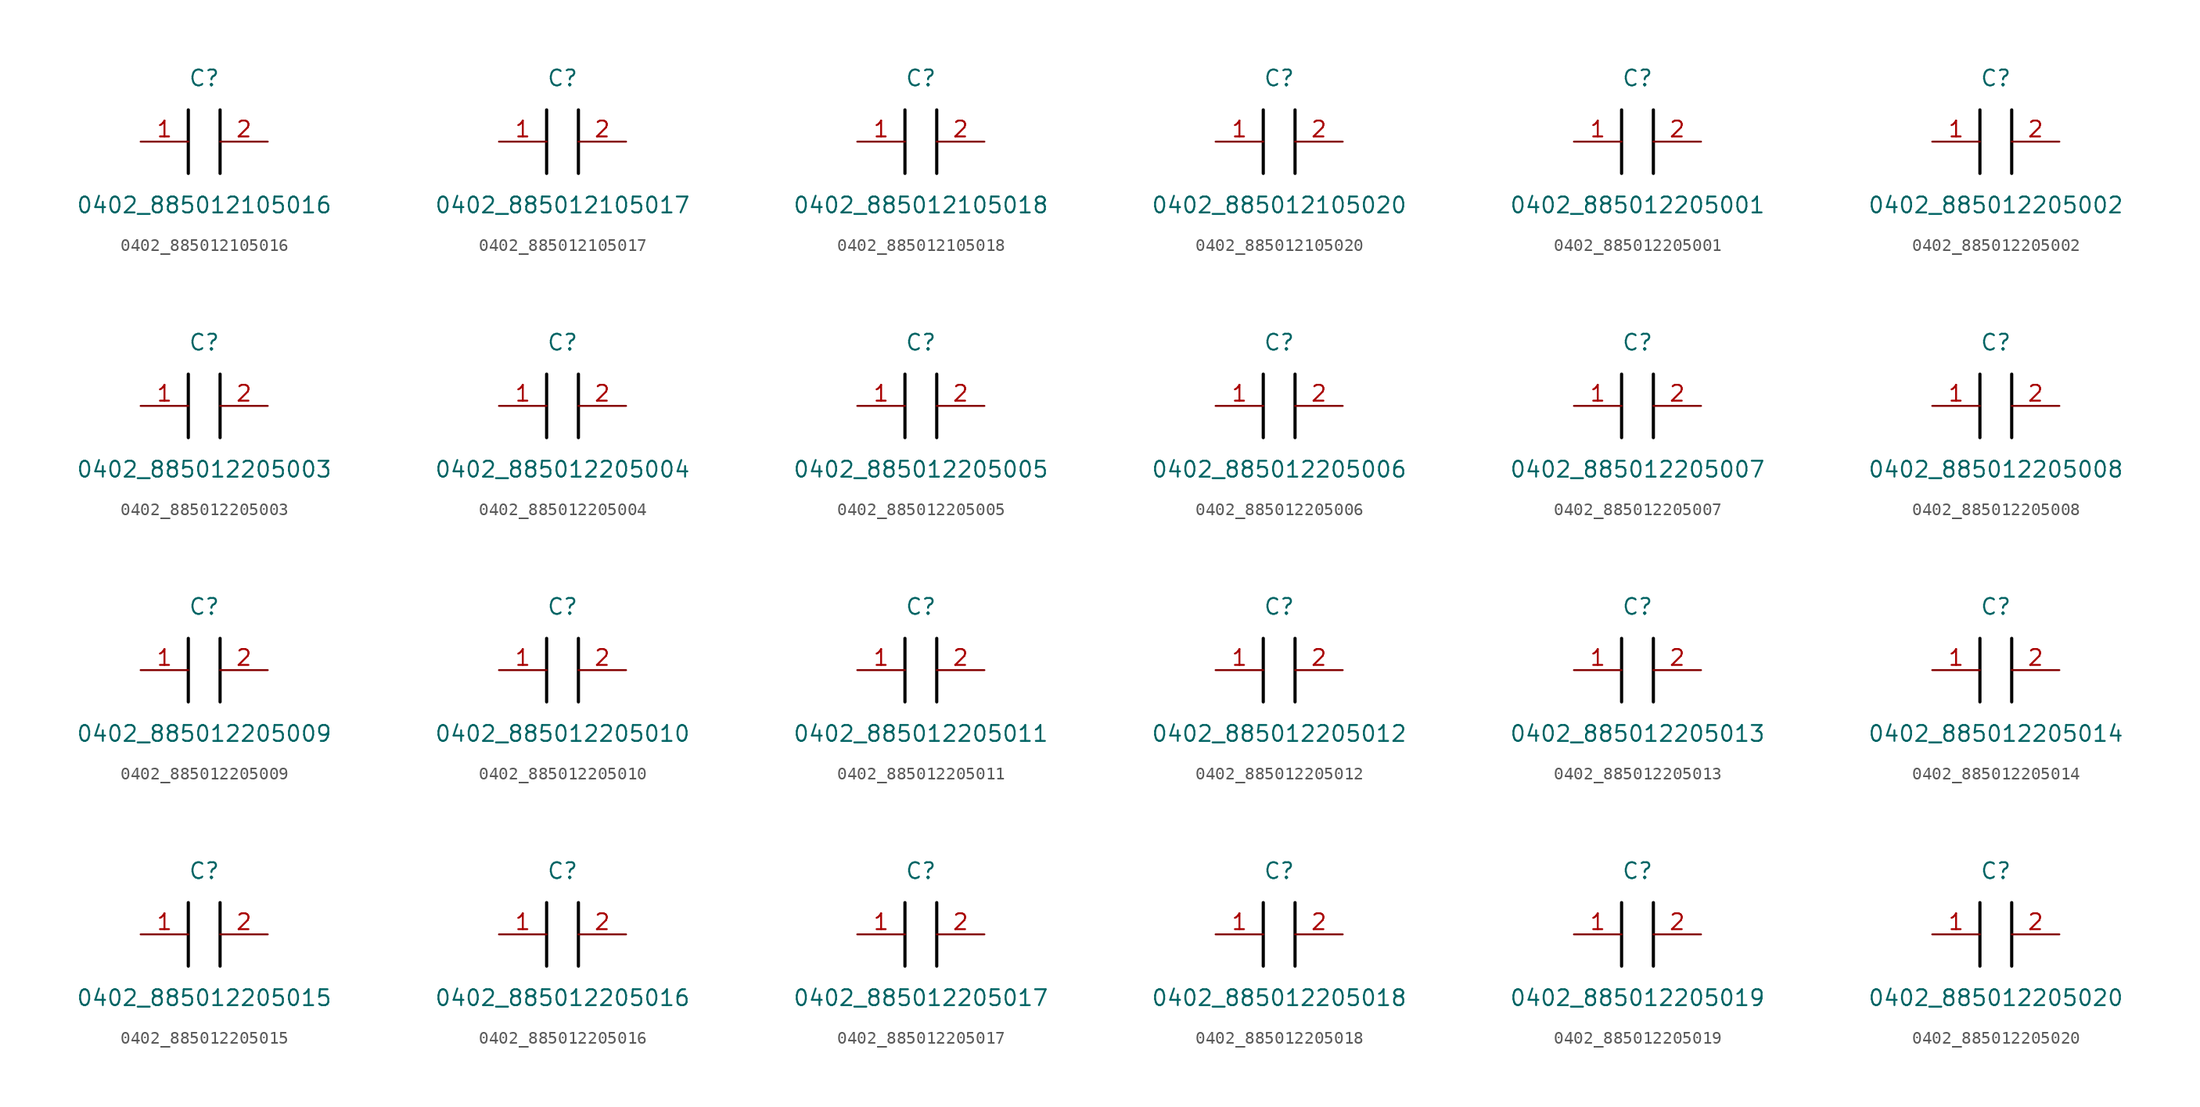
<source format=kicad_sym>
(kicad_symbol_lib
  (version 20220914)
  (generator kicad_symbol_editor)
  (symbol "0402_885012105016"
    (pin_names hide)
    (property "Reference" "C"
      (at 0 5.08 0)
      (effects (font (size 1.27 1.27))))
    (property "Value" "0402_885012105016"
      (at 0 -5.08 0)
      (effects (font (size 1.27 1.27))))
    (symbol "0402_885012105016_1_1"
      (polyline (pts (xy -1.27 2.54) (xy -1.27 -2.54)) (stroke (width 0.254) (type default) (color 0 0 0 1)) (fill (type none)))
      (polyline (pts (xy 1.27 2.54) (xy 1.27 -2.54)) (stroke (width 0.254) (type default) (color 0 0 0 1)) (fill (type none)))
      (pin passive line (at -5.08 0 0) (length 3.81) (name "1" (effects (font (size 1.27 1.27)))) (number "1" (effects (font (size 1.27 1.27)))))
      (pin passive line (at 5.08 0 180) (length 3.81) (name "2" (effects (font (size 1.27 1.27)))) (number "2" (effects (font (size 1.27 1.27)))))))
  (symbol "0402_885012105017"
    (pin_names hide)
    (property "Reference" "C"
      (at 0 5.08 0)
      (effects (font (size 1.27 1.27))))
    (property "Value" "0402_885012105017"
      (at 0 -5.08 0)
      (effects (font (size 1.27 1.27))))
    (symbol "0402_885012105017_1_1"
      (polyline (pts (xy -1.27 2.54) (xy -1.27 -2.54)) (stroke (width 0.254) (type default) (color 0 0 0 1)) (fill (type none)))
      (polyline (pts (xy 1.27 2.54) (xy 1.27 -2.54)) (stroke (width 0.254) (type default) (color 0 0 0 1)) (fill (type none)))
      (pin passive line (at -5.08 0 0) (length 3.81) (name "1" (effects (font (size 1.27 1.27)))) (number "1" (effects (font (size 1.27 1.27)))))
      (pin passive line (at 5.08 0 180) (length 3.81) (name "2" (effects (font (size 1.27 1.27)))) (number "2" (effects (font (size 1.27 1.27)))))))
  (symbol "0402_885012105018"
    (pin_names hide)
    (property "Reference" "C"
      (at 0 5.08 0)
      (effects (font (size 1.27 1.27))))
    (property "Value" "0402_885012105018"
      (at 0 -5.08 0)
      (effects (font (size 1.27 1.27))))
    (symbol "0402_885012105018_1_1"
      (polyline (pts (xy -1.27 2.54) (xy -1.27 -2.54)) (stroke (width 0.254) (type default) (color 0 0 0 1)) (fill (type none)))
      (polyline (pts (xy 1.27 2.54) (xy 1.27 -2.54)) (stroke (width 0.254) (type default) (color 0 0 0 1)) (fill (type none)))
      (pin passive line (at -5.08 0 0) (length 3.81) (name "1" (effects (font (size 1.27 1.27)))) (number "1" (effects (font (size 1.27 1.27)))))
      (pin passive line (at 5.08 0 180) (length 3.81) (name "2" (effects (font (size 1.27 1.27)))) (number "2" (effects (font (size 1.27 1.27)))))))
  (symbol "0402_885012105020"
    (pin_names hide)
    (property "Reference" "C"
      (at 0 5.08 0)
      (effects (font (size 1.27 1.27))))
    (property "Value" "0402_885012105020"
      (at 0 -5.08 0)
      (effects (font (size 1.27 1.27))))
    (symbol "0402_885012105020_1_1"
      (polyline (pts (xy -1.27 2.54) (xy -1.27 -2.54)) (stroke (width 0.254) (type default) (color 0 0 0 1)) (fill (type none)))
      (polyline (pts (xy 1.27 2.54) (xy 1.27 -2.54)) (stroke (width 0.254) (type default) (color 0 0 0 1)) (fill (type none)))
      (pin passive line (at -5.08 0 0) (length 3.81) (name "1" (effects (font (size 1.27 1.27)))) (number "1" (effects (font (size 1.27 1.27)))))
      (pin passive line (at 5.08 0 180) (length 3.81) (name "2" (effects (font (size 1.27 1.27)))) (number "2" (effects (font (size 1.27 1.27)))))))
  (symbol "0402_885012205001"
    (pin_names hide)
    (property "Reference" "C"
      (at 0 5.08 0)
      (effects (font (size 1.27 1.27))))
    (property "Value" "0402_885012205001"
      (at 0 -5.08 0)
      (effects (font (size 1.27 1.27))))
    (symbol "0402_885012205001_1_1"
      (polyline (pts (xy -1.27 2.54) (xy -1.27 -2.54)) (stroke (width 0.254) (type default) (color 0 0 0 1)) (fill (type none)))
      (polyline (pts (xy 1.27 2.54) (xy 1.27 -2.54)) (stroke (width 0.254) (type default) (color 0 0 0 1)) (fill (type none)))
      (pin passive line (at -5.08 0 0) (length 3.81) (name "1" (effects (font (size 1.27 1.27)))) (number "1" (effects (font (size 1.27 1.27)))))
      (pin passive line (at 5.08 0 180) (length 3.81) (name "2" (effects (font (size 1.27 1.27)))) (number "2" (effects (font (size 1.27 1.27)))))))
  (symbol "0402_885012205002"
    (pin_names hide)
    (property "Reference" "C"
      (at 0 5.08 0)
      (effects (font (size 1.27 1.27))))
    (property "Value" "0402_885012205002"
      (at 0 -5.08 0)
      (effects (font (size 1.27 1.27))))
    (symbol "0402_885012205002_1_1"
      (polyline (pts (xy -1.27 2.54) (xy -1.27 -2.54)) (stroke (width 0.254) (type default) (color 0 0 0 1)) (fill (type none)))
      (polyline (pts (xy 1.27 2.54) (xy 1.27 -2.54)) (stroke (width 0.254) (type default) (color 0 0 0 1)) (fill (type none)))
      (pin passive line (at -5.08 0 0) (length 3.81) (name "1" (effects (font (size 1.27 1.27)))) (number "1" (effects (font (size 1.27 1.27)))))
      (pin passive line (at 5.08 0 180) (length 3.81) (name "2" (effects (font (size 1.27 1.27)))) (number "2" (effects (font (size 1.27 1.27)))))))
  (symbol "0402_885012205003"
    (pin_names hide)
    (property "Reference" "C"
      (at 0 5.08 0)
      (effects (font (size 1.27 1.27))))
    (property "Value" "0402_885012205003"
      (at 0 -5.08 0)
      (effects (font (size 1.27 1.27))))
    (symbol "0402_885012205003_1_1"
      (polyline (pts (xy -1.27 2.54) (xy -1.27 -2.54)) (stroke (width 0.254) (type default) (color 0 0 0 1)) (fill (type none)))
      (polyline (pts (xy 1.27 2.54) (xy 1.27 -2.54)) (stroke (width 0.254) (type default) (color 0 0 0 1)) (fill (type none)))
      (pin passive line (at -5.08 0 0) (length 3.81) (name "1" (effects (font (size 1.27 1.27)))) (number "1" (effects (font (size 1.27 1.27)))))
      (pin passive line (at 5.08 0 180) (length 3.81) (name "2" (effects (font (size 1.27 1.27)))) (number "2" (effects (font (size 1.27 1.27)))))))
  (symbol "0402_885012205004"
    (pin_names hide)
    (property "Reference" "C"
      (at 0 5.08 0)
      (effects (font (size 1.27 1.27))))
    (property "Value" "0402_885012205004"
      (at 0 -5.08 0)
      (effects (font (size 1.27 1.27))))
    (symbol "0402_885012205004_1_1"
      (polyline (pts (xy -1.27 2.54) (xy -1.27 -2.54)) (stroke (width 0.254) (type default) (color 0 0 0 1)) (fill (type none)))
      (polyline (pts (xy 1.27 2.54) (xy 1.27 -2.54)) (stroke (width 0.254) (type default) (color 0 0 0 1)) (fill (type none)))
      (pin passive line (at -5.08 0 0) (length 3.81) (name "1" (effects (font (size 1.27 1.27)))) (number "1" (effects (font (size 1.27 1.27)))))
      (pin passive line (at 5.08 0 180) (length 3.81) (name "2" (effects (font (size 1.27 1.27)))) (number "2" (effects (font (size 1.27 1.27)))))))
  (symbol "0402_885012205005"
    (pin_names hide)
    (property "Reference" "C"
      (at 0 5.08 0)
      (effects (font (size 1.27 1.27))))
    (property "Value" "0402_885012205005"
      (at 0 -5.08 0)
      (effects (font (size 1.27 1.27))))
    (symbol "0402_885012205005_1_1"
      (polyline (pts (xy -1.27 2.54) (xy -1.27 -2.54)) (stroke (width 0.254) (type default) (color 0 0 0 1)) (fill (type none)))
      (polyline (pts (xy 1.27 2.54) (xy 1.27 -2.54)) (stroke (width 0.254) (type default) (color 0 0 0 1)) (fill (type none)))
      (pin passive line (at -5.08 0 0) (length 3.81) (name "1" (effects (font (size 1.27 1.27)))) (number "1" (effects (font (size 1.27 1.27)))))
      (pin passive line (at 5.08 0 180) (length 3.81) (name "2" (effects (font (size 1.27 1.27)))) (number "2" (effects (font (size 1.27 1.27)))))))
  (symbol "0402_885012205006"
    (pin_names hide)
    (property "Reference" "C"
      (at 0 5.08 0)
      (effects (font (size 1.27 1.27))))
    (property "Value" "0402_885012205006"
      (at 0 -5.08 0)
      (effects (font (size 1.27 1.27))))
    (symbol "0402_885012205006_1_1"
      (polyline (pts (xy -1.27 2.54) (xy -1.27 -2.54)) (stroke (width 0.254) (type default) (color 0 0 0 1)) (fill (type none)))
      (polyline (pts (xy 1.27 2.54) (xy 1.27 -2.54)) (stroke (width 0.254) (type default) (color 0 0 0 1)) (fill (type none)))
      (pin passive line (at -5.08 0 0) (length 3.81) (name "1" (effects (font (size 1.27 1.27)))) (number "1" (effects (font (size 1.27 1.27)))))
      (pin passive line (at 5.08 0 180) (length 3.81) (name "2" (effects (font (size 1.27 1.27)))) (number "2" (effects (font (size 1.27 1.27)))))))
  (symbol "0402_885012205007"
    (pin_names hide)
    (property "Reference" "C"
      (at 0 5.08 0)
      (effects (font (size 1.27 1.27))))
    (property "Value" "0402_885012205007"
      (at 0 -5.08 0)
      (effects (font (size 1.27 1.27))))
    (symbol "0402_885012205007_1_1"
      (polyline (pts (xy -1.27 2.54) (xy -1.27 -2.54)) (stroke (width 0.254) (type default) (color 0 0 0 1)) (fill (type none)))
      (polyline (pts (xy 1.27 2.54) (xy 1.27 -2.54)) (stroke (width 0.254) (type default) (color 0 0 0 1)) (fill (type none)))
      (pin passive line (at -5.08 0 0) (length 3.81) (name "1" (effects (font (size 1.27 1.27)))) (number "1" (effects (font (size 1.27 1.27)))))
      (pin passive line (at 5.08 0 180) (length 3.81) (name "2" (effects (font (size 1.27 1.27)))) (number "2" (effects (font (size 1.27 1.27)))))))
  (symbol "0402_885012205008"
    (pin_names hide)
    (property "Reference" "C"
      (at 0 5.08 0)
      (effects (font (size 1.27 1.27))))
    (property "Value" "0402_885012205008"
      (at 0 -5.08 0)
      (effects (font (size 1.27 1.27))))
    (symbol "0402_885012205008_1_1"
      (polyline (pts (xy -1.27 2.54) (xy -1.27 -2.54)) (stroke (width 0.254) (type default) (color 0 0 0 1)) (fill (type none)))
      (polyline (pts (xy 1.27 2.54) (xy 1.27 -2.54)) (stroke (width 0.254) (type default) (color 0 0 0 1)) (fill (type none)))
      (pin passive line (at -5.08 0 0) (length 3.81) (name "1" (effects (font (size 1.27 1.27)))) (number "1" (effects (font (size 1.27 1.27)))))
      (pin passive line (at 5.08 0 180) (length 3.81) (name "2" (effects (font (size 1.27 1.27)))) (number "2" (effects (font (size 1.27 1.27)))))))
  (symbol "0402_885012205009"
    (pin_names hide)
    (property "Reference" "C"
      (at 0 5.08 0)
      (effects (font (size 1.27 1.27))))
    (property "Value" "0402_885012205009"
      (at 0 -5.08 0)
      (effects (font (size 1.27 1.27))))
    (symbol "0402_885012205009_1_1"
      (polyline (pts (xy -1.27 2.54) (xy -1.27 -2.54)) (stroke (width 0.254) (type default) (color 0 0 0 1)) (fill (type none)))
      (polyline (pts (xy 1.27 2.54) (xy 1.27 -2.54)) (stroke (width 0.254) (type default) (color 0 0 0 1)) (fill (type none)))
      (pin passive line (at -5.08 0 0) (length 3.81) (name "1" (effects (font (size 1.27 1.27)))) (number "1" (effects (font (size 1.27 1.27)))))
      (pin passive line (at 5.08 0 180) (length 3.81) (name "2" (effects (font (size 1.27 1.27)))) (number "2" (effects (font (size 1.27 1.27)))))))
  (symbol "0402_885012205010"
    (pin_names hide)
    (property "Reference" "C"
      (at 0 5.08 0)
      (effects (font (size 1.27 1.27))))
    (property "Value" "0402_885012205010"
      (at 0 -5.08 0)
      (effects (font (size 1.27 1.27))))
    (symbol "0402_885012205010_1_1"
      (polyline (pts (xy -1.27 2.54) (xy -1.27 -2.54)) (stroke (width 0.254) (type default) (color 0 0 0 1)) (fill (type none)))
      (polyline (pts (xy 1.27 2.54) (xy 1.27 -2.54)) (stroke (width 0.254) (type default) (color 0 0 0 1)) (fill (type none)))
      (pin passive line (at -5.08 0 0) (length 3.81) (name "1" (effects (font (size 1.27 1.27)))) (number "1" (effects (font (size 1.27 1.27)))))
      (pin passive line (at 5.08 0 180) (length 3.81) (name "2" (effects (font (size 1.27 1.27)))) (number "2" (effects (font (size 1.27 1.27)))))))
  (symbol "0402_885012205011"
    (pin_names hide)
    (property "Reference" "C"
      (at 0 5.08 0)
      (effects (font (size 1.27 1.27))))
    (property "Value" "0402_885012205011"
      (at 0 -5.08 0)
      (effects (font (size 1.27 1.27))))
    (symbol "0402_885012205011_1_1"
      (polyline (pts (xy -1.27 2.54) (xy -1.27 -2.54)) (stroke (width 0.254) (type default) (color 0 0 0 1)) (fill (type none)))
      (polyline (pts (xy 1.27 2.54) (xy 1.27 -2.54)) (stroke (width 0.254) (type default) (color 0 0 0 1)) (fill (type none)))
      (pin passive line (at -5.08 0 0) (length 3.81) (name "1" (effects (font (size 1.27 1.27)))) (number "1" (effects (font (size 1.27 1.27)))))
      (pin passive line (at 5.08 0 180) (length 3.81) (name "2" (effects (font (size 1.27 1.27)))) (number "2" (effects (font (size 1.27 1.27)))))))
  (symbol "0402_885012205012"
    (pin_names hide)
    (property "Reference" "C"
      (at 0 5.08 0)
      (effects (font (size 1.27 1.27))))
    (property "Value" "0402_885012205012"
      (at 0 -5.08 0)
      (effects (font (size 1.27 1.27))))
    (symbol "0402_885012205012_1_1"
      (polyline (pts (xy -1.27 2.54) (xy -1.27 -2.54)) (stroke (width 0.254) (type default) (color 0 0 0 1)) (fill (type none)))
      (polyline (pts (xy 1.27 2.54) (xy 1.27 -2.54)) (stroke (width 0.254) (type default) (color 0 0 0 1)) (fill (type none)))
      (pin passive line (at -5.08 0 0) (length 3.81) (name "1" (effects (font (size 1.27 1.27)))) (number "1" (effects (font (size 1.27 1.27)))))
      (pin passive line (at 5.08 0 180) (length 3.81) (name "2" (effects (font (size 1.27 1.27)))) (number "2" (effects (font (size 1.27 1.27)))))))
  (symbol "0402_885012205013"
    (pin_names hide)
    (property "Reference" "C"
      (at 0 5.08 0)
      (effects (font (size 1.27 1.27))))
    (property "Value" "0402_885012205013"
      (at 0 -5.08 0)
      (effects (font (size 1.27 1.27))))
    (symbol "0402_885012205013_1_1"
      (polyline (pts (xy -1.27 2.54) (xy -1.27 -2.54)) (stroke (width 0.254) (type default) (color 0 0 0 1)) (fill (type none)))
      (polyline (pts (xy 1.27 2.54) (xy 1.27 -2.54)) (stroke (width 0.254) (type default) (color 0 0 0 1)) (fill (type none)))
      (pin passive line (at -5.08 0 0) (length 3.81) (name "1" (effects (font (size 1.27 1.27)))) (number "1" (effects (font (size 1.27 1.27)))))
      (pin passive line (at 5.08 0 180) (length 3.81) (name "2" (effects (font (size 1.27 1.27)))) (number "2" (effects (font (size 1.27 1.27)))))))
  (symbol "0402_885012205014"
    (pin_names hide)
    (property "Reference" "C"
      (at 0 5.08 0)
      (effects (font (size 1.27 1.27))))
    (property "Value" "0402_885012205014"
      (at 0 -5.08 0)
      (effects (font (size 1.27 1.27))))
    (symbol "0402_885012205014_1_1"
      (polyline (pts (xy -1.27 2.54) (xy -1.27 -2.54)) (stroke (width 0.254) (type default) (color 0 0 0 1)) (fill (type none)))
      (polyline (pts (xy 1.27 2.54) (xy 1.27 -2.54)) (stroke (width 0.254) (type default) (color 0 0 0 1)) (fill (type none)))
      (pin passive line (at -5.08 0 0) (length 3.81) (name "1" (effects (font (size 1.27 1.27)))) (number "1" (effects (font (size 1.27 1.27)))))
      (pin passive line (at 5.08 0 180) (length 3.81) (name "2" (effects (font (size 1.27 1.27)))) (number "2" (effects (font (size 1.27 1.27)))))))
  (symbol "0402_885012205015"
    (pin_names hide)
    (property "Reference" "C"
      (at 0 5.08 0)
      (effects (font (size 1.27 1.27))))
    (property "Value" "0402_885012205015"
      (at 0 -5.08 0)
      (effects (font (size 1.27 1.27))))
    (symbol "0402_885012205015_1_1"
      (polyline (pts (xy -1.27 2.54) (xy -1.27 -2.54)) (stroke (width 0.254) (type default) (color 0 0 0 1)) (fill (type none)))
      (polyline (pts (xy 1.27 2.54) (xy 1.27 -2.54)) (stroke (width 0.254) (type default) (color 0 0 0 1)) (fill (type none)))
      (pin passive line (at -5.08 0 0) (length 3.81) (name "1" (effects (font (size 1.27 1.27)))) (number "1" (effects (font (size 1.27 1.27)))))
      (pin passive line (at 5.08 0 180) (length 3.81) (name "2" (effects (font (size 1.27 1.27)))) (number "2" (effects (font (size 1.27 1.27)))))))
  (symbol "0402_885012205016"
    (pin_names hide)
    (property "Reference" "C"
      (at 0 5.08 0)
      (effects (font (size 1.27 1.27))))
    (property "Value" "0402_885012205016"
      (at 0 -5.08 0)
      (effects (font (size 1.27 1.27))))
    (symbol "0402_885012205016_1_1"
      (polyline (pts (xy -1.27 2.54) (xy -1.27 -2.54)) (stroke (width 0.254) (type default) (color 0 0 0 1)) (fill (type none)))
      (polyline (pts (xy 1.27 2.54) (xy 1.27 -2.54)) (stroke (width 0.254) (type default) (color 0 0 0 1)) (fill (type none)))
      (pin passive line (at -5.08 0 0) (length 3.81) (name "1" (effects (font (size 1.27 1.27)))) (number "1" (effects (font (size 1.27 1.27)))))
      (pin passive line (at 5.08 0 180) (length 3.81) (name "2" (effects (font (size 1.27 1.27)))) (number "2" (effects (font (size 1.27 1.27)))))))
  (symbol "0402_885012205017"
    (pin_names hide)
    (property "Reference" "C"
      (at 0 5.08 0)
      (effects (font (size 1.27 1.27))))
    (property "Value" "0402_885012205017"
      (at 0 -5.08 0)
      (effects (font (size 1.27 1.27))))
    (symbol "0402_885012205017_1_1"
      (polyline (pts (xy -1.27 2.54) (xy -1.27 -2.54)) (stroke (width 0.254) (type default) (color 0 0 0 1)) (fill (type none)))
      (polyline (pts (xy 1.27 2.54) (xy 1.27 -2.54)) (stroke (width 0.254) (type default) (color 0 0 0 1)) (fill (type none)))
      (pin passive line (at -5.08 0 0) (length 3.81) (name "1" (effects (font (size 1.27 1.27)))) (number "1" (effects (font (size 1.27 1.27)))))
      (pin passive line (at 5.08 0 180) (length 3.81) (name "2" (effects (font (size 1.27 1.27)))) (number "2" (effects (font (size 1.27 1.27)))))))
  (symbol "0402_885012205018"
    (pin_names hide)
    (property "Reference" "C"
      (at 0 5.08 0)
      (effects (font (size 1.27 1.27))))
    (property "Value" "0402_885012205018"
      (at 0 -5.08 0)
      (effects (font (size 1.27 1.27))))
    (symbol "0402_885012205018_1_1"
      (polyline (pts (xy -1.27 2.54) (xy -1.27 -2.54)) (stroke (width 0.254) (type default) (color 0 0 0 1)) (fill (type none)))
      (polyline (pts (xy 1.27 2.54) (xy 1.27 -2.54)) (stroke (width 0.254) (type default) (color 0 0 0 1)) (fill (type none)))
      (pin passive line (at -5.08 0 0) (length 3.81) (name "1" (effects (font (size 1.27 1.27)))) (number "1" (effects (font (size 1.27 1.27)))))
      (pin passive line (at 5.08 0 180) (length 3.81) (name "2" (effects (font (size 1.27 1.27)))) (number "2" (effects (font (size 1.27 1.27)))))))
  (symbol "0402_885012205019"
    (pin_names hide)
    (property "Reference" "C"
      (at 0 5.08 0)
      (effects (font (size 1.27 1.27))))
    (property "Value" "0402_885012205019"
      (at 0 -5.08 0)
      (effects (font (size 1.27 1.27))))
    (symbol "0402_885012205019_1_1"
      (polyline (pts (xy -1.27 2.54) (xy -1.27 -2.54)) (stroke (width 0.254) (type default) (color 0 0 0 1)) (fill (type none)))
      (polyline (pts (xy 1.27 2.54) (xy 1.27 -2.54)) (stroke (width 0.254) (type default) (color 0 0 0 1)) (fill (type none)))
      (pin passive line (at -5.08 0 0) (length 3.81) (name "1" (effects (font (size 1.27 1.27)))) (number "1" (effects (font (size 1.27 1.27)))))
      (pin passive line (at 5.08 0 180) (length 3.81) (name "2" (effects (font (size 1.27 1.27)))) (number "2" (effects (font (size 1.27 1.27)))))))
  (symbol "0402_885012205020"
    (pin_names hide)
    (property "Reference" "C"
      (at 0 5.08 0)
      (effects (font (size 1.27 1.27))))
    (property "Value" "0402_885012205020"
      (at 0 -5.08 0)
      (effects (font (size 1.27 1.27))))
    (symbol "0402_885012205020_1_1"
      (polyline (pts (xy -1.27 2.54) (xy -1.27 -2.54)) (stroke (width 0.254) (type default) (color 0 0 0 1)) (fill (type none)))
      (polyline (pts (xy 1.27 2.54) (xy 1.27 -2.54)) (stroke (width 0.254) (type default) (color 0 0 0 1)) (fill (type none)))
      (pin passive line (at -5.08 0 0) (length 3.81) (name "1" (effects (font (size 1.27 1.27)))) (number "1" (effects (font (size 1.27 1.27)))))
      (pin passive line (at 5.08 0 180) (length 3.81) (name "2" (effects (font (size 1.27 1.27)))) (number "2" (effects (font (size 1.27 1.27))))))))
</source>
